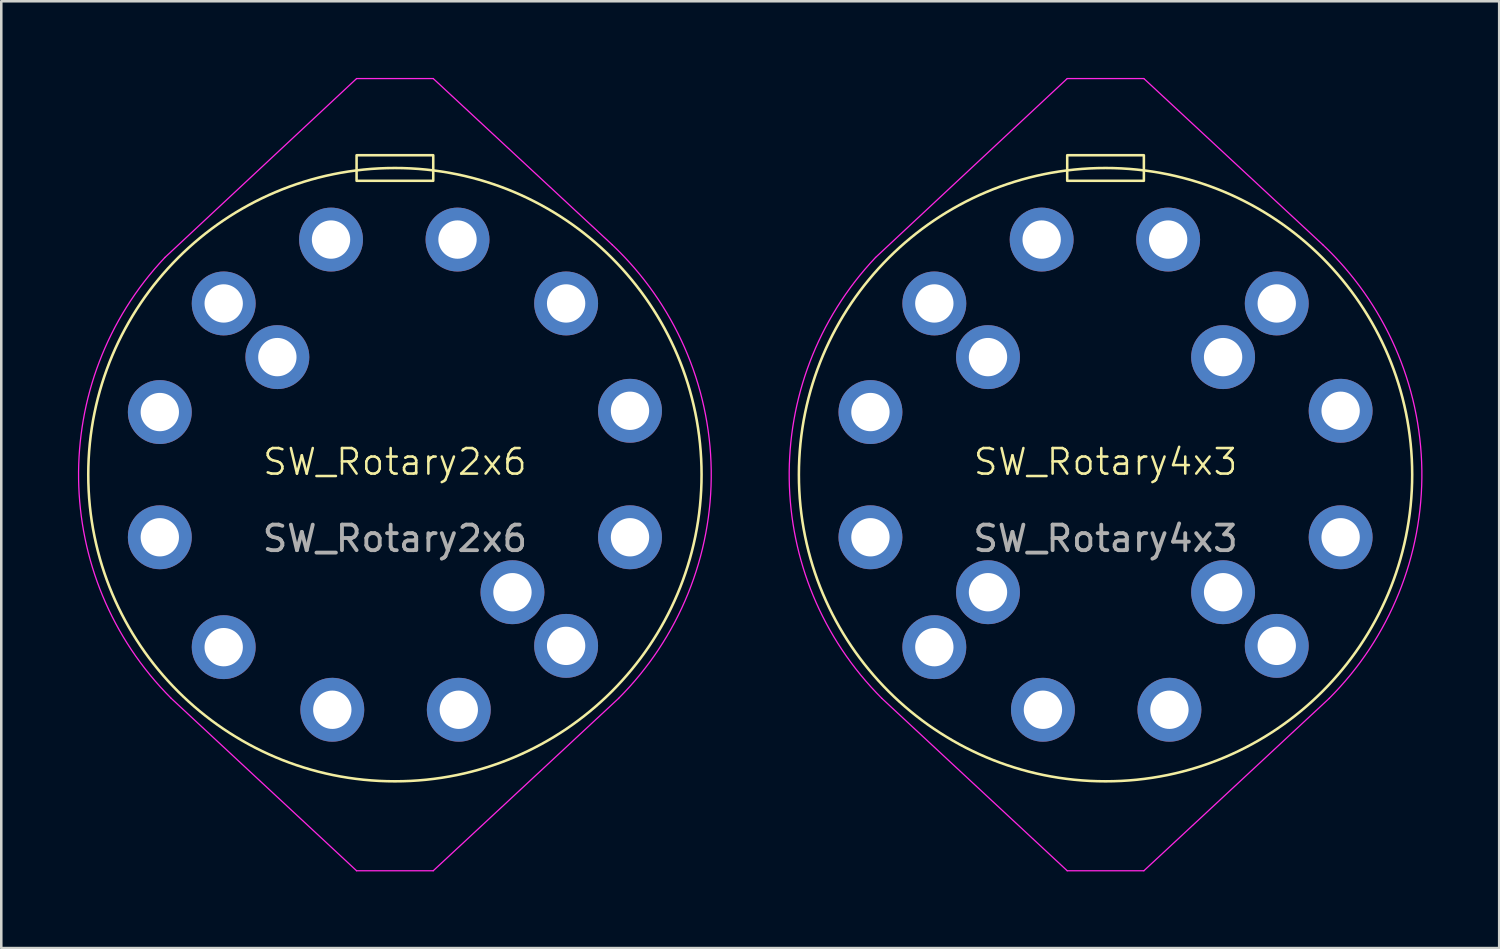
<source format=kicad_pcb>
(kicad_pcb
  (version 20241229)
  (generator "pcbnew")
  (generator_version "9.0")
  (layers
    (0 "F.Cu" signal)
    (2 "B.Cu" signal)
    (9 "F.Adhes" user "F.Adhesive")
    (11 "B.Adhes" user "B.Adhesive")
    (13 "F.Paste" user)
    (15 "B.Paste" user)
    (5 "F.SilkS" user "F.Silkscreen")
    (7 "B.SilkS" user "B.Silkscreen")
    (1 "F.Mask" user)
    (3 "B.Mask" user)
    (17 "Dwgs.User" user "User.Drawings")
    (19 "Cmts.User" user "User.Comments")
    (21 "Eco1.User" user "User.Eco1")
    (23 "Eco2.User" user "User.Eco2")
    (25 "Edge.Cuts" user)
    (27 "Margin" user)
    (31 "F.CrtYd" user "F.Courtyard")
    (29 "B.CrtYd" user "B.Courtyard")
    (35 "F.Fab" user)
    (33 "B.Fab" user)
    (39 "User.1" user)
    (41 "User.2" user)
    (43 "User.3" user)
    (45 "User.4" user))
  (footprint "SW_Rotary2x6"
    (layer "F.Cu")
    (at 12.404 15.525)
    (property "Reference" "SW_Rotary2x6" (at 0 -0.5 0) (unlocked yes) (layer "F.SilkS") (effects (font (size 1 1) (thickness 0.1))))
    (attr through_hole)
    (fp_rect (start -1.5 -12.5) (end 1.5 -11.5) (stroke (width 0.1) (type default)) (fill no) (layer "F.SilkS"))
    (fp_circle (center 0 0) (end 12 0) (stroke (width 0.1) (type default)) (fill no) (layer "F.SilkS"))
    (fp_line (start -1.5 -15.5) (end -9 -8.5) (stroke (width 0.05) (type default)) (layer "F.CrtYd"))
    (fp_line (start -1.5 -15.5) (end 1.5 -15.5) (stroke (width 0.05) (type default)) (layer "F.CrtYd"))
    (fp_line (start -1.5 15.5) (end -8.754 8.754) (stroke (width 0.05) (type default)) (layer "F.CrtYd"))
    (fp_line (start -1.5 15.5) (end 1.5 15.5) (stroke (width 0.05) (type default)) (layer "F.CrtYd"))
    (fp_line (start 1.5 -15.5) (end 8.5 -9) (stroke (width 0.05) (type default)) (layer "F.CrtYd"))
    (fp_line (start 8.754 8.754) (end 1.5 15.5) (stroke (width 0.05) (type default)) (layer "F.CrtYd"))
    (fp_arc (start -8.75357 8.75357) (mid -12.378155 0.176795) (end -9 -8.5) (stroke (width 0.05) (type default)) (layer "F.CrtYd"))
    (fp_arc (start 8.5 -9) (mid 12.378156 -0.176795) (end 8.75357 8.75357) (stroke (width 0.05) (type default)) (layer "F.CrtYd"))
    (fp_text user "${REFERENCE}" (at 0 2.5 0) (unlocked yes) (layer "F.Fab") (effects (font (size 1 1) (thickness 0.15))))
    (pad "1" thru_hole circle (at -9.2 -2.45) (size 2.5 2.5) (drill 1.5) (layers "*.Cu" "*.Mask"))
    (pad "2" thru_hole circle (at -6.7 -6.7) (size 2.5 2.5) (drill 1.5) (layers "*.Cu" "*.Mask"))
    (pad "3" thru_hole circle (at -2.5 -9.2) (size 2.5 2.5) (drill 1.5) (layers "*.Cu" "*.Mask"))
    (pad "4" thru_hole circle (at 2.45 -9.2) (size 2.5 2.5) (drill 1.5) (layers "*.Cu" "*.Mask"))
    (pad "5" thru_hole circle (at 6.7 -6.7) (size 2.5 2.5) (drill 1.5) (layers "*.Cu" "*.Mask"))
    (pad "6" thru_hole circle (at 9.2 -2.5) (size 2.5 2.5) (drill 1.5) (layers "*.Cu" "*.Mask"))
    (pad "7" thru_hole circle (at 9.2 2.45) (size 2.5 2.5) (drill 1.5) (layers "*.Cu" "*.Mask"))
    (pad "8" thru_hole circle (at 6.7 6.7) (size 2.5 2.5) (drill 1.5) (layers "*.Cu" "*.Mask"))
    (pad "9" thru_hole circle (at 2.5 9.2) (size 2.5 2.5) (drill 1.5) (layers "*.Cu" "*.Mask"))
    (pad "10" thru_hole circle (at -2.45 9.2) (size 2.5 2.5) (drill 1.5) (layers "*.Cu" "*.Mask"))
    (pad "11" thru_hole circle (at -6.7 6.75) (size 2.5 2.5) (drill 1.5) (layers "*.Cu" "*.Mask"))
    (pad "12" thru_hole circle (at -9.2 2.45) (size 2.5 2.5) (drill 1.5) (layers "*.Cu" "*.Mask"))
    (pad "13" thru_hole circle (at -4.6 -4.6) (size 2.5 2.5) (drill 1.5) (layers "*.Cu" "*.Mask"))
    (pad "14" thru_hole circle (at 4.6 4.6) (size 2.5 2.5) (drill 1.5) (layers "*.Cu" "*.Mask")))
  (footprint "SW_Rotary4x3"
    (layer "F.Cu")
    (at 40.213 15.525)
    (property "Reference" "SW_Rotary4x3" (at 0 -0.5 0) (unlocked yes) (layer "F.SilkS") (effects (font (size 1 1) (thickness 0.1))))
    (attr through_hole)
    (fp_rect (start -1.5 -12.5) (end 1.5 -11.5) (stroke (width 0.1) (type default)) (fill no) (layer "F.SilkS"))
    (fp_circle (center 0 0) (end 12 0) (stroke (width 0.1) (type default)) (fill no) (layer "F.SilkS"))
    (fp_line (start -1.5 -15.5) (end -9 -8.5) (stroke (width 0.05) (type default)) (layer "F.CrtYd"))
    (fp_line (start -1.5 -15.5) (end 1.5 -15.5) (stroke (width 0.05) (type default)) (layer "F.CrtYd"))
    (fp_line (start -1.5 15.5) (end -8.754 8.754) (stroke (width 0.05) (type default)) (layer "F.CrtYd"))
    (fp_line (start -1.5 15.5) (end 1.5 15.5) (stroke (width 0.05) (type default)) (layer "F.CrtYd"))
    (fp_line (start 1.5 -15.5) (end 8.5 -9) (stroke (width 0.05) (type default)) (layer "F.CrtYd"))
    (fp_line (start 8.754 8.754) (end 1.5 15.5) (stroke (width 0.05) (type default)) (layer "F.CrtYd"))
    (fp_arc (start -8.75357 8.75357) (mid -12.378155 0.176795) (end -9 -8.5) (stroke (width 0.05) (type default)) (layer "F.CrtYd"))
    (fp_arc (start 8.5 -9) (mid 12.378156 -0.176795) (end 8.75357 8.75357) (stroke (width 0.05) (type default)) (layer "F.CrtYd"))
    (fp_text user "${REFERENCE}" (at 0 2.5 0) (unlocked yes) (layer "F.Fab") (effects (font (size 1 1) (thickness 0.15))))
    (pad "1" thru_hole circle (at -9.2 -2.45) (size 2.5 2.5) (drill 1.5) (layers "*.Cu" "*.Mask"))
    (pad "2" thru_hole circle (at -6.7 -6.7) (size 2.5 2.5) (drill 1.5) (layers "*.Cu" "*.Mask"))
    (pad "3" thru_hole circle (at -2.5 -9.2) (size 2.5 2.5) (drill 1.5) (layers "*.Cu" "*.Mask"))
    (pad "4" thru_hole circle (at 2.45 -9.2) (size 2.5 2.5) (drill 1.5) (layers "*.Cu" "*.Mask"))
    (pad "5" thru_hole circle (at 6.7 -6.7) (size 2.5 2.5) (drill 1.5) (layers "*.Cu" "*.Mask"))
    (pad "6" thru_hole circle (at 9.2 -2.5) (size 2.5 2.5) (drill 1.5) (layers "*.Cu" "*.Mask"))
    (pad "7" thru_hole circle (at 9.2 2.45) (size 2.5 2.5) (drill 1.5) (layers "*.Cu" "*.Mask"))
    (pad "8" thru_hole circle (at 6.7 6.7) (size 2.5 2.5) (drill 1.5) (layers "*.Cu" "*.Mask"))
    (pad "9" thru_hole circle (at 2.5 9.2) (size 2.5 2.5) (drill 1.5) (layers "*.Cu" "*.Mask"))
    (pad "10" thru_hole circle (at -2.45 9.2) (size 2.5 2.5) (drill 1.5) (layers "*.Cu" "*.Mask"))
    (pad "11" thru_hole circle (at -6.7 6.75) (size 2.5 2.5) (drill 1.5) (layers "*.Cu" "*.Mask"))
    (pad "12" thru_hole circle (at -9.2 2.45) (size 2.5 2.5) (drill 1.5) (layers "*.Cu" "*.Mask"))
    (pad "13" thru_hole circle (at -4.6 -4.6) (size 2.5 2.5) (drill 1.5) (layers "*.Cu" "*.Mask"))
    (pad "14" thru_hole circle (at 4.6 -4.6) (size 2.5 2.5) (drill 1.5) (layers "*.Cu" "*.Mask"))
    (pad "15" thru_hole circle (at 4.6 4.6) (size 2.5 2.5) (drill 1.5) (layers "*.Cu" "*.Mask"))
    (pad "16" thru_hole circle (at -4.6 4.6) (size 2.5 2.5) (drill 1.5) (layers "*.Cu" "*.Mask")))
  (gr_rect
    (start -3 -3)
    (end 55.618 34.05)
    (stroke (width 0.1) (type default))
    (fill no)
    (layer "Edge.Cuts")))
</source>
